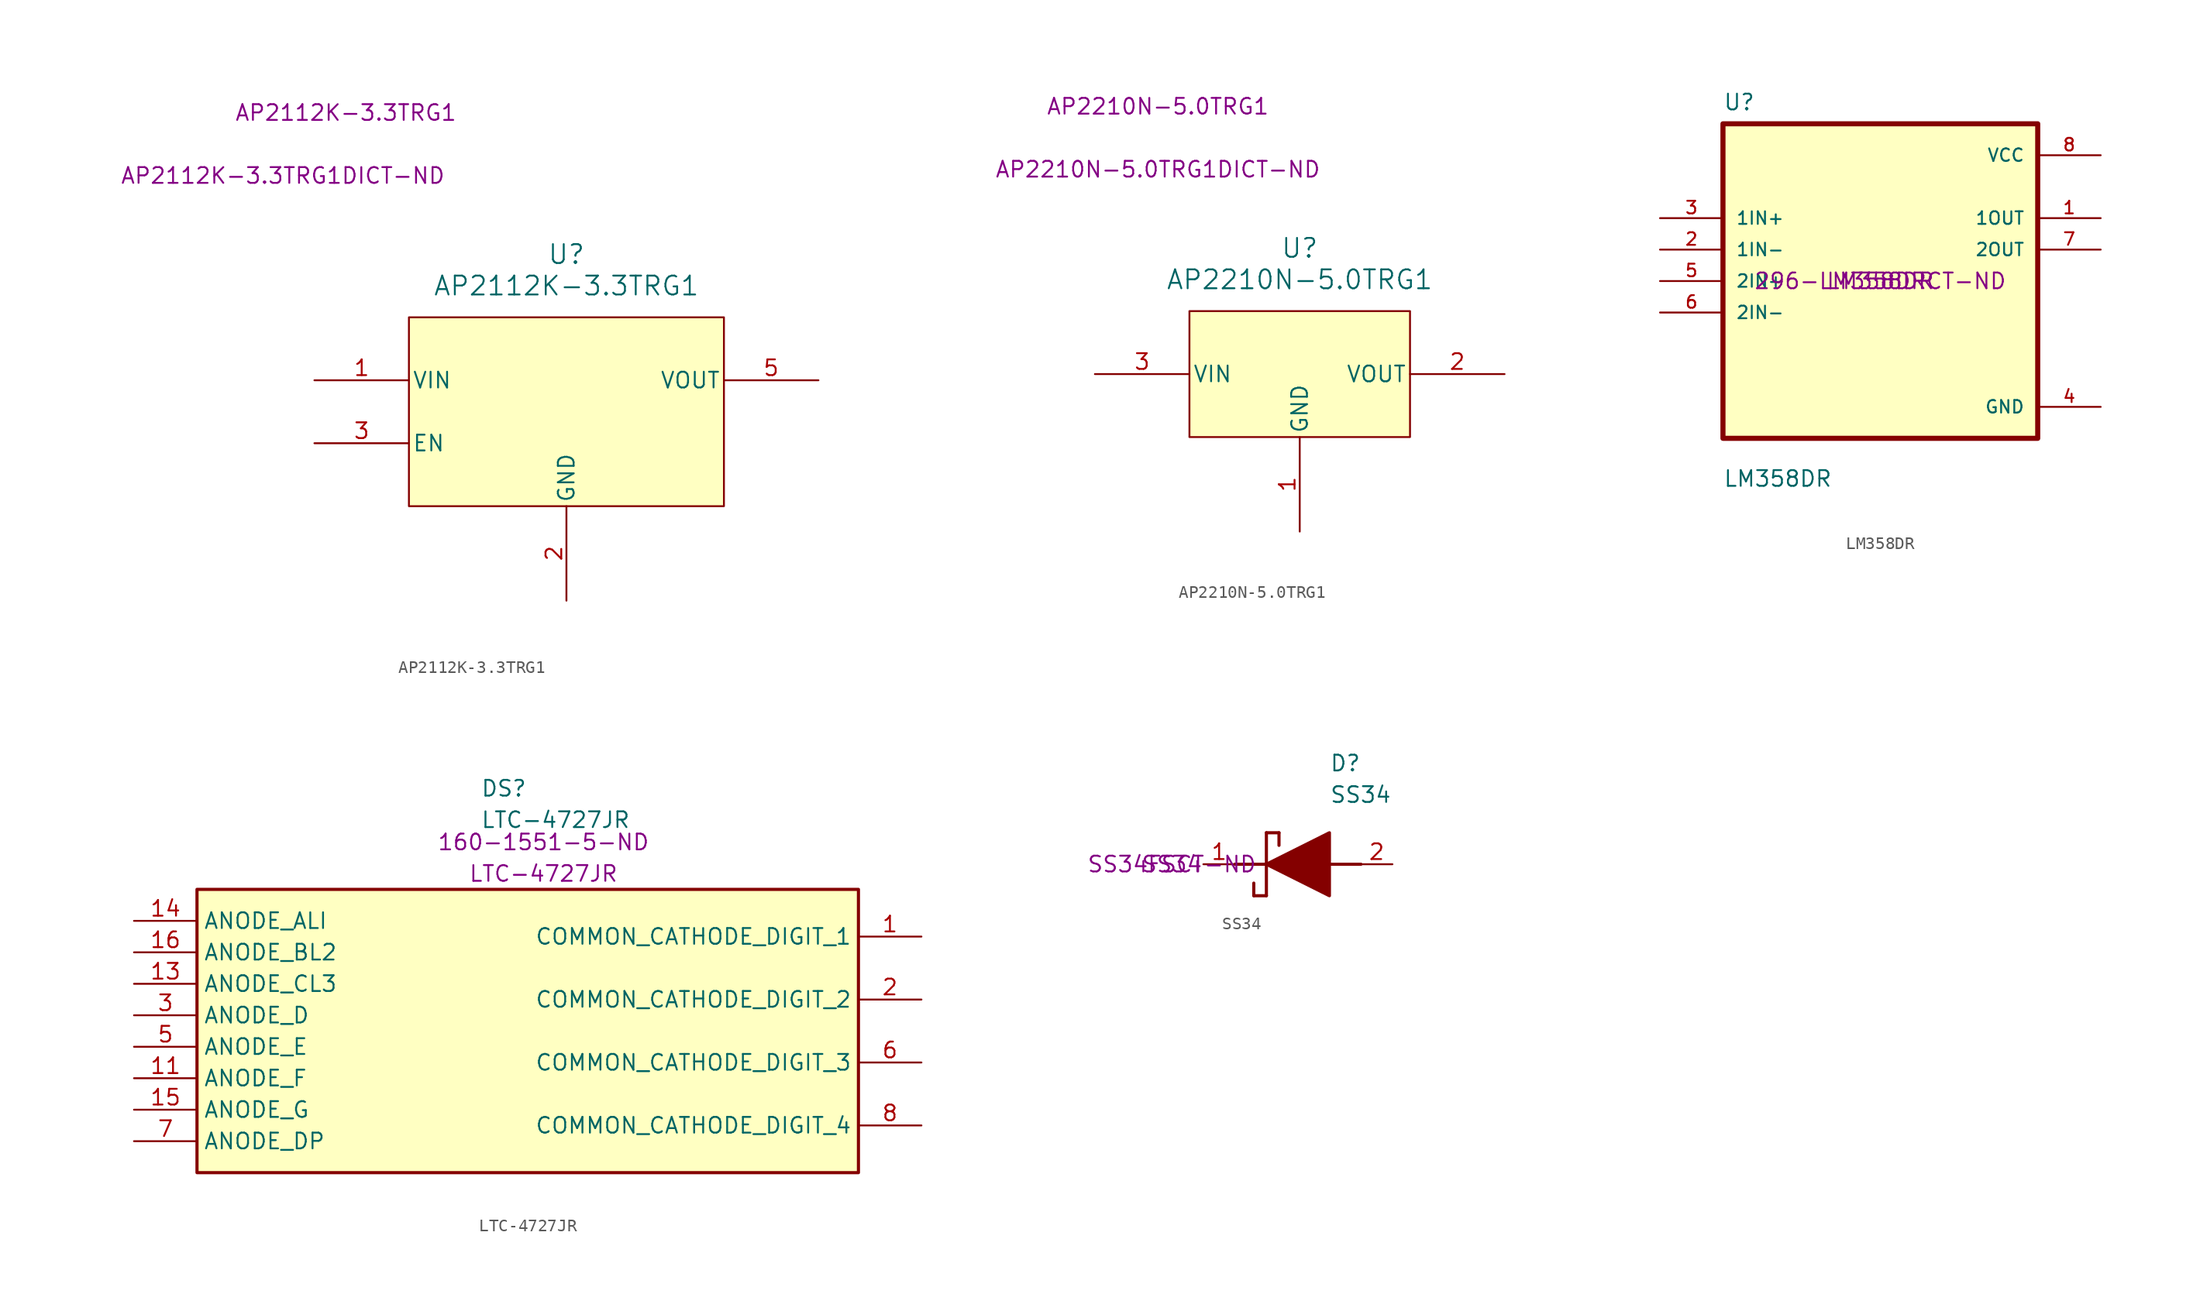
<source format=kicad_sym>
(kicad_symbol_lib
  (version 20220914)
  (generator kicad_symbol_editor)
  (symbol "AP2112K-3.3TRG1"
    (pin_names
      (offset 0.254))
    (property "Reference" "U"
      (at 20.32 10.16 0)
      (effects (font (size 1.524 1.524))))
    (property "Value" "AP2112K-3.3TRG1"
      (at 20.32 7.62 0)
      (effects (font (size 1.524 1.524))))
    (property "MPN" "AP2112K-3.3TRG1"
      (at 2.54 21.59 0)
      (effects (font (size 1.27 1.27))))
    (property "Digikey PN" "AP2112K-3.3TRG1DICT-ND"
      (at -2.54 16.51 0)
      (effects (font (size 1.27 1.27))))
    (symbol "AP2112K-3.3TRG1_0_1"
      (pin unspecified line (at 0 0 0) (length 7.62) (name "VIN" (effects (font (size 1.27 1.27)))) (number "1" (effects (font (size 1.27 1.27)))))
      (pin unspecified line (at 20.32 -17.78 90) (length 7.62) (name "GND" (effects (font (size 1.27 1.27)))) (number "2" (effects (font (size 1.27 1.27)))))
      (pin unspecified line (at 0 -5.08 0) (length 7.62) (name "EN" (effects (font (size 1.27 1.27)))) (number "3" (effects (font (size 1.27 1.27)))))
      (pin unspecified line (at 40.64 0 180) (length 7.62) (name "VOUT" (effects (font (size 1.27 1.27)))) (number "5" (effects (font (size 1.27 1.27))))))
    (symbol "AP2112K-3.3TRG1_1_1"
      (rectangle (start 7.62 5.08) (end 33.02 -10.16) (stroke (width 0) (type default)) (fill (type background)))))
  (symbol "AP2210N-5.0TRG1"
    (pin_names
      (offset 0.254))
    (property "Reference" "U"
      (at 16.51 10.16 0)
      (effects (font (size 1.524 1.524))))
    (property "Value" "AP2210N-5.0TRG1"
      (at 16.51 7.62 0)
      (effects (font (size 1.524 1.524))))
    (property "MPN" "AP2210N-5.0TRG1"
      (at 5.08 21.59 0)
      (effects (font (size 1.27 1.27))))
    (property "Digikey PN" "AP2210N-5.0TRG1DICT-ND"
      (at 5.08 16.51 0)
      (effects (font (size 1.27 1.27))))
    (symbol "AP2210N-5.0TRG1_1_1"
      (rectangle (start 7.62 5.08) (end 25.4 -5.08) (stroke (width 0) (type default)) (fill (type background)))
      (pin power_in line (at 16.51 -12.7 90) (length 7.62) (name "GND" (effects (font (size 1.27 1.27)))) (number "1" (effects (font (size 1.27 1.27)))))
      (pin power_out line (at 33.02 0 180) (length 7.62) (name "VOUT" (effects (font (size 1.27 1.27)))) (number "2" (effects (font (size 1.27 1.27)))))
      (pin power_in line (at 0 0 0) (length 7.62) (name "VIN" (effects (font (size 1.27 1.27)))) (number "3" (effects (font (size 1.27 1.27)))))))
  (symbol "LM358DR"
    (pin_names
      (offset 1.016))
    (property "Reference" "U"
      (at -12.7 13.7 0)
      (effects (font (size 1.27 1.27)) (justify left bottom)))
    (property "Value" "LM358DR"
      (at -12.7 -16.7 0)
      (effects (font (size 1.27 1.27)) (justify left bottom)))
    (property "MPN" "LM358DR"
      (at 0 0 0)
      (effects (font (size 1.27 1.27))))
    (property "Digikey PN" "296-LM358DRCT-ND"
      (at 0 0 0)
      (effects (font (size 1.27 1.27))))
    (symbol "LM358DR_0_0"
      (rectangle (start -12.7 -12.7) (end 12.7 12.7) (stroke (width 0.41) (type default)) (fill (type background)))
      (pin output line (at 17.78 5.08 180) (length 5.08) (name "1OUT" (effects (font (size 1.016 1.016)))) (number "1" (effects (font (size 1.016 1.016)))))
      (pin input line (at -17.78 2.54 0) (length 5.08) (name "1IN-" (effects (font (size 1.016 1.016)))) (number "2" (effects (font (size 1.016 1.016)))))
      (pin input line (at -17.78 5.08 0) (length 5.08) (name "1IN+" (effects (font (size 1.016 1.016)))) (number "3" (effects (font (size 1.016 1.016)))))
      (pin power_in line (at 17.78 -10.16 180) (length 5.08) (name "GND" (effects (font (size 1.016 1.016)))) (number "4" (effects (font (size 1.016 1.016)))))
      (pin input line (at -17.78 0 0) (length 5.08) (name "2IN+" (effects (font (size 1.016 1.016)))) (number "5" (effects (font (size 1.016 1.016)))))
      (pin input line (at -17.78 -2.54 0) (length 5.08) (name "2IN-" (effects (font (size 1.016 1.016)))) (number "6" (effects (font (size 1.016 1.016)))))
      (pin output line (at 17.78 2.54 180) (length 5.08) (name "2OUT" (effects (font (size 1.016 1.016)))) (number "7" (effects (font (size 1.016 1.016)))))
      (pin power_in line (at 17.78 10.16 180) (length 5.08) (name "VCC" (effects (font (size 1.016 1.016)))) (number "8" (effects (font (size 1.016 1.016)))))))
  (symbol "LTC-4727JR"
    (property "Reference" "DS"
      (at 27.94 11.43 0)
      (effects (font (size 1.27 1.27)) (justify left top)))
    (property "Value" "LTC-4727JR"
      (at 27.94 8.89 0)
      (effects (font (size 1.27 1.27)) (justify left top)))
    (property "MPN" "LTC-4727JR"
      (at 33.02 3.81 0)
      (effects (font (size 1.27 1.27))))
    (property "Digikey PN" "160-1551-5-ND"
      (at 33.02 6.35 0)
      (effects (font (size 1.27 1.27))))
    (symbol "LTC-4727JR_1_1"
      (rectangle (start 5.08 2.54) (end 58.42 -20.32) (stroke (width 0.254) (type default)) (fill (type background)))
      (pin passive line (at 63.5 -1.27 180) (length 5.08) (name "COMMON_CATHODE_DIGIT_1" (effects (font (size 1.27 1.27)))) (number "1" (effects (font (size 1.27 1.27)))))
      (pin passive line (at 0 -12.7 0) (length 5.08) (name "ANODE_F" (effects (font (size 1.27 1.27)))) (number "11" (effects (font (size 1.27 1.27)))))
      (pin passive line (at 0 -5.08 0) (length 5.08) (name "ANODE_CL3" (effects (font (size 1.27 1.27)))) (number "13" (effects (font (size 1.27 1.27)))))
      (pin passive line (at 0 0 0) (length 5.08) (name "ANODE_ALI" (effects (font (size 1.27 1.27)))) (number "14" (effects (font (size 1.27 1.27)))))
      (pin passive line (at 0 -15.24 0) (length 5.08) (name "ANODE_G" (effects (font (size 1.27 1.27)))) (number "15" (effects (font (size 1.27 1.27)))))
      (pin passive line (at 0 -2.54 0) (length 5.08) (name "ANODE_BL2" (effects (font (size 1.27 1.27)))) (number "16" (effects (font (size 1.27 1.27)))))
      (pin passive line (at 63.5 -6.35 180) (length 5.08) (name "COMMON_CATHODE_DIGIT_2" (effects (font (size 1.27 1.27)))) (number "2" (effects (font (size 1.27 1.27)))))
      (pin passive line (at 0 -7.62 0) (length 5.08) (name "ANODE_D" (effects (font (size 1.27 1.27)))) (number "3" (effects (font (size 1.27 1.27)))))
      (pin passive line (at 0 -10.16 0) (length 5.08) (name "ANODE_E" (effects (font (size 1.27 1.27)))) (number "5" (effects (font (size 1.27 1.27)))))
      (pin passive line (at 63.5 -11.43 180) (length 5.08) (name "COMMON_CATHODE_DIGIT_3" (effects (font (size 1.27 1.27)))) (number "6" (effects (font (size 1.27 1.27)))))
      (pin passive line (at 0 -17.78 0) (length 5.08) (name "ANODE_DP" (effects (font (size 1.27 1.27)))) (number "7" (effects (font (size 1.27 1.27)))))
      (pin passive line (at 63.5 -16.51 180) (length 5.08) (name "COMMON_CATHODE_DIGIT_4" (effects (font (size 1.27 1.27)))) (number "8" (effects (font (size 1.27 1.27)))))))
  (symbol "SS34"
    (pin_names hide)
    (property "Reference" "D"
      (at 12.7 8.89 0)
      (effects (font (size 1.27 1.27)) (justify left top)))
    (property "Value" "SS34"
      (at 12.7 6.35 0)
      (effects (font (size 1.27 1.27)) (justify left top)))
    (property "MPN" "SS34"
      (at 0 0 0)
      (effects (font (size 1.27 1.27))))
    (property "Digikey PN" "SS34FSCT-ND"
      (at 0 0 0)
      (effects (font (size 1.27 1.27))))
    (symbol "SS34_1_1"
      (polyline (pts (xy 5.08 0) (xy 7.62 0)) (stroke (width 0.254) (type default)) (fill (type none)))
      (polyline (pts (xy 6.604 -1.524) (xy 6.604 -2.54)) (stroke (width 0.254) (type default)) (fill (type none)))
      (polyline (pts (xy 7.62 -2.54) (xy 6.604 -2.54)) (stroke (width 0.254) (type default)) (fill (type none)))
      (polyline (pts (xy 7.62 2.54) (xy 7.62 -2.54)) (stroke (width 0.254) (type default)) (fill (type none)))
      (polyline (pts (xy 7.62 2.54) (xy 8.636 2.54)) (stroke (width 0.254) (type default)) (fill (type none)))
      (polyline (pts (xy 8.636 1.524) (xy 8.636 2.54)) (stroke (width 0.254) (type default)) (fill (type none)))
      (polyline (pts (xy 12.7 0) (xy 15.24 0)) (stroke (width 0.254) (type default)) (fill (type none)))
      (polyline (pts (xy 7.62 0) (xy 12.7 2.54) (xy 12.7 -2.54) (xy 7.62 0)) (stroke (width 0.254) (type default)) (fill (type outline)))
      (pin passive line (at 2.54 0 0) (length 2.54) (name "K" (effects (font (size 1.27 1.27)))) (number "1" (effects (font (size 1.27 1.27)))))
      (pin passive line (at 17.78 0 180) (length 2.54) (name "A" (effects (font (size 1.27 1.27)))) (number "2" (effects (font (size 1.27 1.27))))))))
</source>
